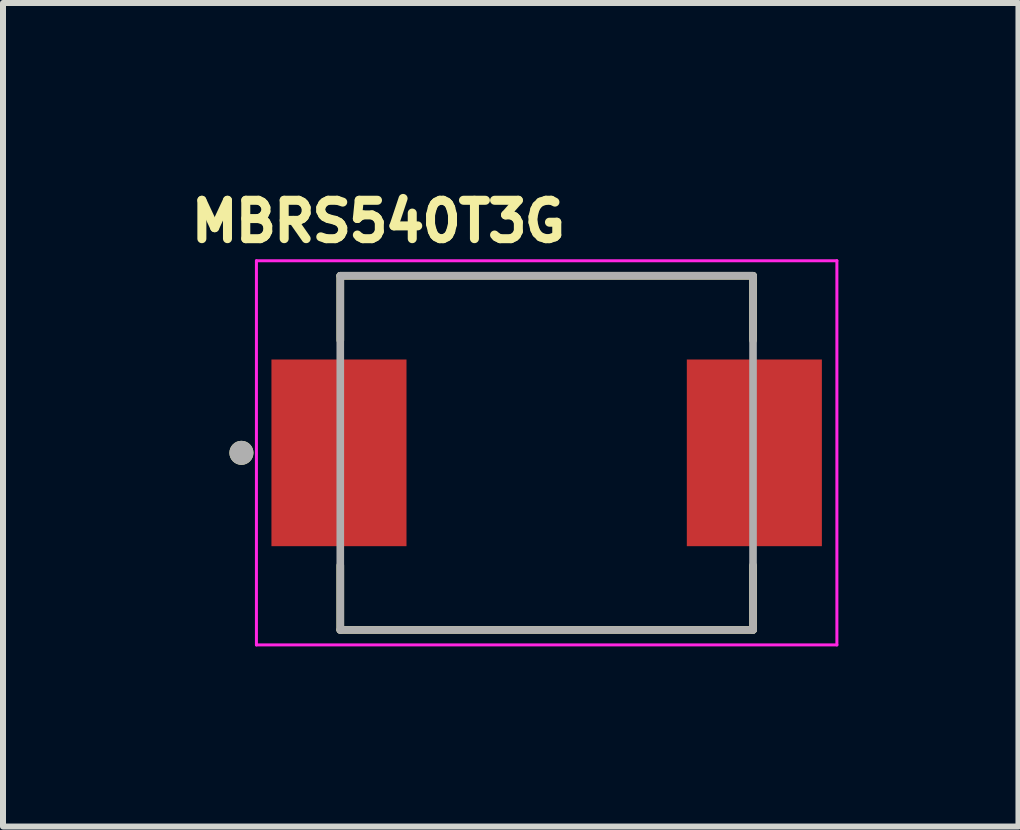
<source format=kicad_pcb>
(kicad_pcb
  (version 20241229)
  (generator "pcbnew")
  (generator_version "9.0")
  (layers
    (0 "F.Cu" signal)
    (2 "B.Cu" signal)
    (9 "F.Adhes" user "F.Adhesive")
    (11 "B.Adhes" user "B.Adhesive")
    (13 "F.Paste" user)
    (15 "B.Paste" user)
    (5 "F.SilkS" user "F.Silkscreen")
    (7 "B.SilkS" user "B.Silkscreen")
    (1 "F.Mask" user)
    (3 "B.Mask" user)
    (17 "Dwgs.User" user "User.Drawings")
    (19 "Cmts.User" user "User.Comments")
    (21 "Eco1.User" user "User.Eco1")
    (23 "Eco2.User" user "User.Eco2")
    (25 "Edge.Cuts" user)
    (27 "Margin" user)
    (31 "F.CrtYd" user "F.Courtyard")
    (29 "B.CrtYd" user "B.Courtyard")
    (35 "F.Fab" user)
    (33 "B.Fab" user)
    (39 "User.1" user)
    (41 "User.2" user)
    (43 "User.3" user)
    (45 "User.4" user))
  (footprint "MBRS540T3G"
    (layer "F.Cu")
    (at 6.057 4.494)
    (property "Reference" "MBRS540T3G" (at -2.803 -3.856 0) (layer "F.SilkS") (effects (font (size 0.64 0.64) (thickness 0.15))))
    (attr smd)
    (fp_line (start -3.438 -2.95) (end -3.438 -1.875) (stroke (width 0.127) (type solid)) (layer "F.SilkS"))
    (fp_line (start -3.438 -2.95) (end 3.438 -2.95) (stroke (width 0.127) (type solid)) (layer "F.SilkS"))
    (fp_line (start -3.438 2.95) (end -3.438 1.875) (stroke (width 0.127) (type solid)) (layer "F.SilkS"))
    (fp_line (start -3.438 2.95) (end 3.438 2.95) (stroke (width 0.127) (type solid)) (layer "F.SilkS"))
    (fp_line (start 3.438 -2.95) (end 3.438 -1.875) (stroke (width 0.127) (type solid)) (layer "F.SilkS"))
    (fp_line (start 3.438 2.95) (end 3.438 1.875) (stroke (width 0.127) (type solid)) (layer "F.SilkS"))
    (fp_circle (center -5.085 0) (end -4.985 0) (stroke (width 0.2) (type solid)) (fill no) (layer "F.SilkS"))
    (fp_line (start -4.835 -3.2) (end -4.835 3.2) (stroke (width 0.05) (type solid)) (layer "F.CrtYd"))
    (fp_line (start -4.835 3.2) (end 4.835 3.2) (stroke (width 0.05) (type solid)) (layer "F.CrtYd"))
    (fp_line (start 4.835 -3.2) (end -4.835 -3.2) (stroke (width 0.05) (type solid)) (layer "F.CrtYd"))
    (fp_line (start 4.835 3.2) (end 4.835 -3.2) (stroke (width 0.05) (type solid)) (layer "F.CrtYd"))
    (fp_line (start -3.438 -2.95) (end -3.438 2.95) (stroke (width 0.127) (type solid)) (layer "F.Fab"))
    (fp_line (start -3.438 -2.95) (end 3.438 -2.95) (stroke (width 0.127) (type solid)) (layer "F.Fab"))
    (fp_line (start -3.438 2.95) (end 3.438 2.95) (stroke (width 0.127) (type solid)) (layer "F.Fab"))
    (fp_line (start 3.438 -2.95) (end 3.438 2.95) (stroke (width 0.127) (type solid)) (layer "F.Fab"))
    (fp_circle (center -5.085 0) (end -4.985 0) (stroke (width 0.2) (type solid)) (fill no) (layer "F.Fab"))
    (pad "1" smd rect (at -3.46 0) (size 2.25 3.11) (layers "F.Cu" "F.Mask" "F.Paste"))
    (pad "2" smd rect (at 3.46 0) (size 2.25 3.11) (layers "F.Cu" "F.Mask" "F.Paste")))
  (gr_rect
    (start -3 -3)
    (end 13.917 10.719)
    (stroke (width 0.1) (type default))
    (fill no)
    (layer "Edge.Cuts")))
</source>
